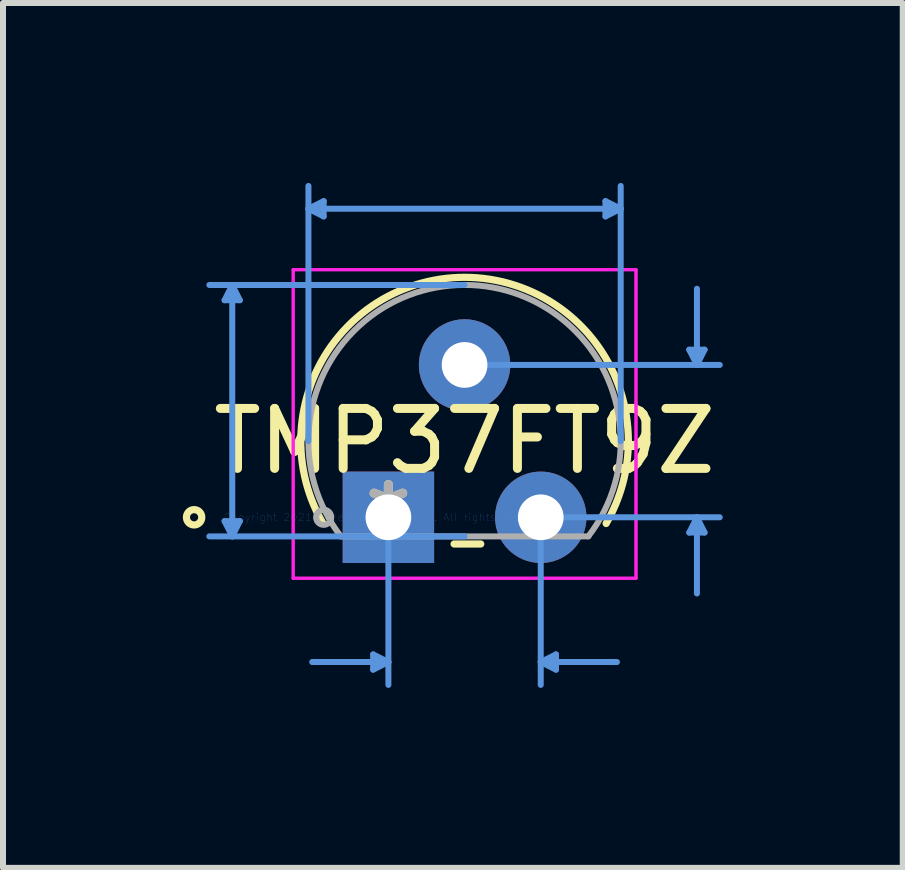
<source format=kicad_pcb>
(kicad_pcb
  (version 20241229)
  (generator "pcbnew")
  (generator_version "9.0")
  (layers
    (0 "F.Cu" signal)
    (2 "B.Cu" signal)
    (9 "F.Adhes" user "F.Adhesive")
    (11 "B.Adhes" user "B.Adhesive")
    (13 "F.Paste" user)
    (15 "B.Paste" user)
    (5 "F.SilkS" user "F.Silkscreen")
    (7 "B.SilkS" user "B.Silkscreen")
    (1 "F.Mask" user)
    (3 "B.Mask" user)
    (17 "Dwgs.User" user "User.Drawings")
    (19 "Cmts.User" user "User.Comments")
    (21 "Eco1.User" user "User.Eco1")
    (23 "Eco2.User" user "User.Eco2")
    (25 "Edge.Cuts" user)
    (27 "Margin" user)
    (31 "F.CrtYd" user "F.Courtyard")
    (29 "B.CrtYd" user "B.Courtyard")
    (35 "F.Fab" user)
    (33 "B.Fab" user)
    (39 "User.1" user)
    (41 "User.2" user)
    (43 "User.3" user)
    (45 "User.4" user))
  (footprint "TMP37FT9Z"
    (layer "F.Cu")
    (at 3.425 5.574)
    (property "Reference" "TMP37FT9Z" (at 1.27 -1.27 0) (layer "F.SilkS") (effects (font (size 1 1) (thickness 0.15))))
    (attr through_hole)
    (fp_line (start 1.095 0.445) (end 1.54 0.445) (stroke (width 0.12) (type solid)) (layer "F.SilkS"))
    (fp_arc (start -1.094739 0.095151) (mid 0.56335 -3.907475) (end 4.0005 -1.27) (stroke (width 0.12) (type solid)) (layer "F.SilkS"))
    (fp_arc (start 4.0005 -1.269997) (mid 3.906202 -0.558615) (end 3.629823 0.103632) (stroke (width 0.12) (type solid)) (layer "F.SilkS"))
    (fp_circle (center -3.239 0) (end -3.111 0) (stroke (width 0.12) (type solid)) (fill no) (layer "F.SilkS"))
    (fp_line (start -2.731 -3.619) (end -2.477 -3.619) (stroke (width 0.1) (type solid)) (layer "Cmts.User"))
    (fp_line (start -2.731 0.064) (end -2.477 0.064) (stroke (width 0.1) (type solid)) (layer "Cmts.User"))
    (fp_line (start -2.603 -3.873) (end -2.731 -3.619) (stroke (width 0.1) (type solid)) (layer "Cmts.User"))
    (fp_line (start -2.603 -3.873) (end -2.603 0.318) (stroke (width 0.1) (type solid)) (layer "Cmts.User"))
    (fp_line (start -2.603 -3.873) (end -2.477 -3.619) (stroke (width 0.1) (type solid)) (layer "Cmts.User"))
    (fp_line (start -2.603 0.318) (end -2.731 0.064) (stroke (width 0.1) (type solid)) (layer "Cmts.User"))
    (fp_line (start -2.603 0.318) (end -2.477 0.064) (stroke (width 0.1) (type solid)) (layer "Cmts.User"))
    (fp_line (start -1.333 -5.144) (end -1.079 -5.271) (stroke (width 0.1) (type solid)) (layer "Cmts.User"))
    (fp_line (start -1.333 -5.144) (end -1.079 -5.016) (stroke (width 0.1) (type solid)) (layer "Cmts.User"))
    (fp_line (start -1.333 -5.144) (end 3.873 -5.144) (stroke (width 0.1) (type solid)) (layer "Cmts.User"))
    (fp_line (start -1.333 -1.27) (end -1.333 -5.524) (stroke (width 0.1) (type solid)) (layer "Cmts.User"))
    (fp_line (start -1.079 -5.271) (end -1.079 -5.016) (stroke (width 0.1) (type solid)) (layer "Cmts.User"))
    (fp_line (start -0.254 2.286) (end -0.254 2.54) (stroke (width 0.1) (type solid)) (layer "Cmts.User"))
    (fp_line (start 0 0) (end 0 2.794) (stroke (width 0.1) (type solid)) (layer "Cmts.User"))
    (fp_line (start 0 2.413) (end -1.27 2.413) (stroke (width 0.1) (type solid)) (layer "Cmts.User"))
    (fp_line (start 0 2.413) (end -0.254 2.286) (stroke (width 0.1) (type solid)) (layer "Cmts.User"))
    (fp_line (start 0 2.413) (end -0.254 2.54) (stroke (width 0.1) (type solid)) (layer "Cmts.User"))
    (fp_line (start 1.27 -3.873) (end -2.985 -3.873) (stroke (width 0.1) (type solid)) (layer "Cmts.User"))
    (fp_line (start 1.27 0.318) (end -2.985 0.318) (stroke (width 0.1) (type solid)) (layer "Cmts.User"))
    (fp_line (start 1.524 -2.54) (end 5.524 -2.54) (stroke (width 0.1) (type solid)) (layer "Cmts.User"))
    (fp_line (start 2.54 0) (end 2.54 2.794) (stroke (width 0.1) (type solid)) (layer "Cmts.User"))
    (fp_line (start 2.54 0) (end 5.524 0) (stroke (width 0.1) (type solid)) (layer "Cmts.User"))
    (fp_line (start 2.54 2.413) (end 2.794 2.286) (stroke (width 0.1) (type solid)) (layer "Cmts.User"))
    (fp_line (start 2.54 2.413) (end 2.794 2.54) (stroke (width 0.1) (type solid)) (layer "Cmts.User"))
    (fp_line (start 2.54 2.413) (end 3.81 2.413) (stroke (width 0.1) (type solid)) (layer "Cmts.User"))
    (fp_line (start 2.794 2.286) (end 2.794 2.54) (stroke (width 0.1) (type solid)) (layer "Cmts.User"))
    (fp_line (start 3.619 -5.271) (end 3.619 -5.016) (stroke (width 0.1) (type solid)) (layer "Cmts.User"))
    (fp_line (start 3.873 -5.144) (end 3.619 -5.271) (stroke (width 0.1) (type solid)) (layer "Cmts.User"))
    (fp_line (start 3.873 -5.144) (end 3.619 -5.016) (stroke (width 0.1) (type solid)) (layer "Cmts.User"))
    (fp_line (start 3.873 -1.27) (end 3.873 -5.524) (stroke (width 0.1) (type solid)) (layer "Cmts.User"))
    (fp_line (start 5.016 -2.794) (end 5.271 -2.794) (stroke (width 0.1) (type solid)) (layer "Cmts.User"))
    (fp_line (start 5.016 0.254) (end 5.271 0.254) (stroke (width 0.1) (type solid)) (layer "Cmts.User"))
    (fp_line (start 5.144 -2.54) (end 5.016 -2.794) (stroke (width 0.1) (type solid)) (layer "Cmts.User"))
    (fp_line (start 5.144 -2.54) (end 5.144 -3.81) (stroke (width 0.1) (type solid)) (layer "Cmts.User"))
    (fp_line (start 5.144 -2.54) (end 5.271 -2.794) (stroke (width 0.1) (type solid)) (layer "Cmts.User"))
    (fp_line (start 5.144 0) (end 5.016 0.254) (stroke (width 0.1) (type solid)) (layer "Cmts.User"))
    (fp_line (start 5.144 0) (end 5.144 1.27) (stroke (width 0.1) (type solid)) (layer "Cmts.User"))
    (fp_line (start 5.144 0) (end 5.271 0.254) (stroke (width 0.1) (type solid)) (layer "Cmts.User"))
    (fp_line (start -1.587 -4.128) (end 4.128 -4.128) (stroke (width 0.05) (type solid)) (layer "F.CrtYd"))
    (fp_line (start -1.587 -4.128) (end 4.128 -4.128) (stroke (width 0.05) (type solid)) (layer "F.CrtYd"))
    (fp_line (start -1.587 1.016) (end -1.587 -4.128) (stroke (width 0.05) (type solid)) (layer "F.CrtYd"))
    (fp_line (start -1.587 1.016) (end -1.587 -4.128) (stroke (width 0.05) (type solid)) (layer "F.CrtYd"))
    (fp_line (start 4.128 -4.128) (end 4.128 1.016) (stroke (width 0.05) (type solid)) (layer "F.CrtYd"))
    (fp_line (start 4.128 -4.128) (end 4.128 1.016) (stroke (width 0.05) (type solid)) (layer "F.CrtYd"))
    (fp_line (start 4.128 1.016) (end -1.587 1.016) (stroke (width 0.05) (type solid)) (layer "F.CrtYd"))
    (fp_line (start 4.128 1.016) (end -1.587 1.016) (stroke (width 0.05) (type solid)) (layer "F.CrtYd"))
    (fp_line (start -0.794 0.318) (end 3.334 0.318) (stroke (width 0.1) (type solid)) (layer "F.Fab"))
    (fp_line (start -0.254 0) (end 0.254 0) (stroke (width 0.1) (type solid)) (layer "F.Fab"))
    (fp_line (start 0 0.254) (end 0 -0.254) (stroke (width 0.1) (type solid)) (layer "F.Fab"))
    (fp_arc (start -0.793507 0.317499) (mid 1.270001 -3.8735) (end 3.333506 0.3175) (stroke (width 0.1) (type solid)) (layer "F.Fab"))
    (fp_circle (center -1.079 0) (end -0.953 0) (stroke (width 0.1) (type solid)) (fill no) (layer "F.Fab"))
    (fp_text user "*" (at 0 0 0) (layer "F.SilkS") (effects (font (size 1 1) (thickness 0.15))))
    (fp_text user "Copyright 2021 Accelerated Designs. All rights reserved." (at 0 0 0) (layer "Cmts.User") (effects (font (size 0.127 0.127) (thickness 0.002))))
    (fp_text user "*" (at 0 0 0) (layer "F.Fab") (effects (font (size 1 1) (thickness 0.15))))
    (pad "1" thru_hole rect (at 0 0) (size 1.524 1.524) (drill 0.762) (layers "*.Cu" "*.Mask"))
    (pad "2" thru_hole circle (at 1.27 -2.54) (size 1.524 1.524) (drill 0.762) (layers "*.Cu" "*.Mask"))
    (pad "3" thru_hole circle (at 2.54 0) (size 1.524 1.524) (drill 0.762) (layers "*.Cu" "*.Mask")))
  (gr_rect
    (start -3 -3)
    (end 12 11.418)
    (stroke (width 0.1) (type default))
    (fill no)
    (layer "Edge.Cuts")))
</source>
